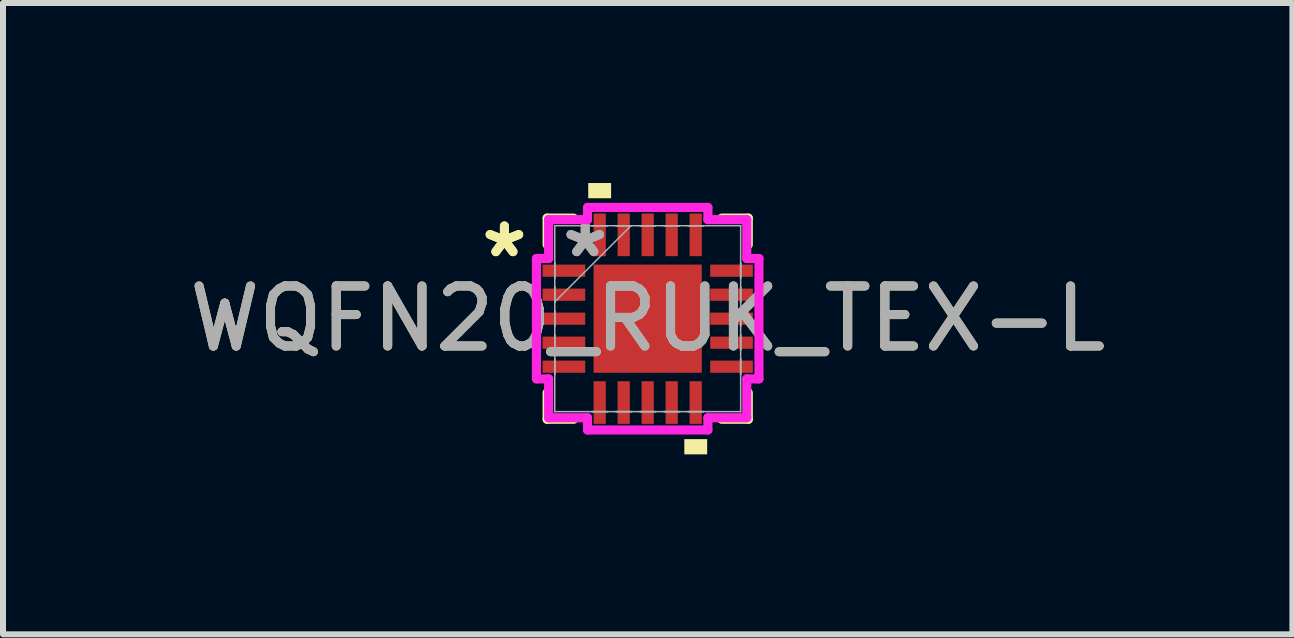
<source format=kicad_pcb>
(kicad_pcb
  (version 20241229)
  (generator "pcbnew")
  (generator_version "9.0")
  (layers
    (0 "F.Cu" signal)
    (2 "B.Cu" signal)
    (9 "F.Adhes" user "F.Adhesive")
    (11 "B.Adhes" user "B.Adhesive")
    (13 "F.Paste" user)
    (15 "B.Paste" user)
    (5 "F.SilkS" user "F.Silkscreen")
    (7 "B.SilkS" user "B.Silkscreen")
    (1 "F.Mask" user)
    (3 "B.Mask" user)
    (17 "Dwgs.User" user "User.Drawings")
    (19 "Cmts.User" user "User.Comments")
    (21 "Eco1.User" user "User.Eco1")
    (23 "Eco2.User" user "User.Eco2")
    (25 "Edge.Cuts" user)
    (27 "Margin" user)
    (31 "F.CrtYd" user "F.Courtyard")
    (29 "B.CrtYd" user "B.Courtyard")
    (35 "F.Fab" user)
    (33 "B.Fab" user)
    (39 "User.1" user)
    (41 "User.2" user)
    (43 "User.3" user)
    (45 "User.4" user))
  (footprint "WQFN20_RUK_TEX-L"
    (layer "F.Cu")
    (at 7.744 2.261)
    (property "Reference" "WQFN20_RUK_TEX-L" (at 0 0 0) (unlocked yes) (layer "F.SilkS") (effects (font (size 1 1) (thickness 0.15))))
    (attr smd)
    (fp_line (start -1.676 -1.676) (end -1.676 -1.234) (stroke (width 0.152) (type solid)) (layer "F.SilkS"))
    (fp_line (start -1.676 1.234) (end -1.676 1.676) (stroke (width 0.152) (type solid)) (layer "F.SilkS"))
    (fp_line (start -1.676 1.676) (end -1.234 1.676) (stroke (width 0.152) (type solid)) (layer "F.SilkS"))
    (fp_line (start -1.234 -1.676) (end -1.676 -1.676) (stroke (width 0.152) (type solid)) (layer "F.SilkS"))
    (fp_line (start 1.234 1.676) (end 1.676 1.676) (stroke (width 0.152) (type solid)) (layer "F.SilkS"))
    (fp_line (start 1.676 -1.676) (end 1.234 -1.676) (stroke (width 0.152) (type solid)) (layer "F.SilkS"))
    (fp_line (start 1.676 -1.234) (end 1.676 -1.676) (stroke (width 0.152) (type solid)) (layer "F.SilkS"))
    (fp_line (start 1.676 1.676) (end 1.676 1.234) (stroke (width 0.152) (type solid)) (layer "F.SilkS"))
    (fp_poly (pts (xy -0.991 -2.007) (xy -0.991 -2.261) (xy -0.61 -2.261) (xy -0.61 -2.007)) (stroke (width 0) (type solid)) (fill yes) (layer "F.SilkS"))
    (fp_poly (pts (xy 0.61 2.007) (xy 0.61 2.261) (xy 0.991 2.261) (xy 0.991 2.007)) (stroke (width 0) (type solid)) (fill yes) (layer "F.SilkS"))
    (fp_line (start -1.854 -1.003) (end -1.651 -1.003) (stroke (width 0.152) (type solid)) (layer "F.CrtYd"))
    (fp_line (start -1.854 1.003) (end -1.854 -1.003) (stroke (width 0.152) (type solid)) (layer "F.CrtYd"))
    (fp_line (start -1.651 -1.651) (end -1.003 -1.651) (stroke (width 0.152) (type solid)) (layer "F.CrtYd"))
    (fp_line (start -1.651 -1.003) (end -1.651 -1.651) (stroke (width 0.152) (type solid)) (layer "F.CrtYd"))
    (fp_line (start -1.651 1.003) (end -1.854 1.003) (stroke (width 0.152) (type solid)) (layer "F.CrtYd"))
    (fp_line (start -1.651 1.651) (end -1.651 1.003) (stroke (width 0.152) (type solid)) (layer "F.CrtYd"))
    (fp_line (start -1.003 -1.854) (end 1.003 -1.854) (stroke (width 0.152) (type solid)) (layer "F.CrtYd"))
    (fp_line (start -1.003 -1.651) (end -1.003 -1.854) (stroke (width 0.152) (type solid)) (layer "F.CrtYd"))
    (fp_line (start -1.003 1.651) (end -1.651 1.651) (stroke (width 0.152) (type solid)) (layer "F.CrtYd"))
    (fp_line (start -1.003 1.854) (end -1.003 1.651) (stroke (width 0.152) (type solid)) (layer "F.CrtYd"))
    (fp_line (start 1.003 -1.854) (end 1.003 -1.651) (stroke (width 0.152) (type solid)) (layer "F.CrtYd"))
    (fp_line (start 1.003 -1.651) (end 1.651 -1.651) (stroke (width 0.152) (type solid)) (layer "F.CrtYd"))
    (fp_line (start 1.003 1.651) (end 1.003 1.854) (stroke (width 0.152) (type solid)) (layer "F.CrtYd"))
    (fp_line (start 1.003 1.854) (end -1.003 1.854) (stroke (width 0.152) (type solid)) (layer "F.CrtYd"))
    (fp_line (start 1.651 -1.651) (end 1.651 -1.003) (stroke (width 0.152) (type solid)) (layer "F.CrtYd"))
    (fp_line (start 1.651 -1.003) (end 1.854 -1.003) (stroke (width 0.152) (type solid)) (layer "F.CrtYd"))
    (fp_line (start 1.651 1.003) (end 1.651 1.651) (stroke (width 0.152) (type solid)) (layer "F.CrtYd"))
    (fp_line (start 1.651 1.651) (end 1.003 1.651) (stroke (width 0.152) (type solid)) (layer "F.CrtYd"))
    (fp_line (start 1.854 -1.003) (end 1.854 1.003) (stroke (width 0.152) (type solid)) (layer "F.CrtYd"))
    (fp_line (start 1.854 1.003) (end 1.651 1.003) (stroke (width 0.152) (type solid)) (layer "F.CrtYd"))
    (fp_line (start -1.549 -1.549) (end -1.549 -1.549) (stroke (width 0.025) (type solid)) (layer "F.Fab"))
    (fp_line (start -1.549 -1.549) (end -1.549 1.549) (stroke (width 0.025) (type solid)) (layer "F.Fab"))
    (fp_line (start -1.549 -0.927) (end -1.549 -0.927) (stroke (width 0.025) (type solid)) (layer "F.Fab"))
    (fp_line (start -1.549 -0.927) (end -1.549 -0.673) (stroke (width 0.025) (type solid)) (layer "F.Fab"))
    (fp_line (start -1.549 -0.673) (end -1.549 -0.927) (stroke (width 0.025) (type solid)) (layer "F.Fab"))
    (fp_line (start -1.549 -0.673) (end -1.549 -0.673) (stroke (width 0.025) (type solid)) (layer "F.Fab"))
    (fp_line (start -1.549 -0.527) (end -1.549 -0.527) (stroke (width 0.025) (type solid)) (layer "F.Fab"))
    (fp_line (start -1.549 -0.527) (end -1.549 -0.273) (stroke (width 0.025) (type solid)) (layer "F.Fab"))
    (fp_line (start -1.549 -0.279) (end -0.279 -1.549) (stroke (width 0.025) (type solid)) (layer "F.Fab"))
    (fp_line (start -1.549 -0.273) (end -1.549 -0.527) (stroke (width 0.025) (type solid)) (layer "F.Fab"))
    (fp_line (start -1.549 -0.273) (end -1.549 -0.273) (stroke (width 0.025) (type solid)) (layer "F.Fab"))
    (fp_line (start -1.549 -0.127) (end -1.549 -0.127) (stroke (width 0.025) (type solid)) (layer "F.Fab"))
    (fp_line (start -1.549 -0.127) (end -1.549 0.127) (stroke (width 0.025) (type solid)) (layer "F.Fab"))
    (fp_line (start -1.549 0.127) (end -1.549 -0.127) (stroke (width 0.025) (type solid)) (layer "F.Fab"))
    (fp_line (start -1.549 0.127) (end -1.549 0.127) (stroke (width 0.025) (type solid)) (layer "F.Fab"))
    (fp_line (start -1.549 0.273) (end -1.549 0.273) (stroke (width 0.025) (type solid)) (layer "F.Fab"))
    (fp_line (start -1.549 0.273) (end -1.549 0.527) (stroke (width 0.025) (type solid)) (layer "F.Fab"))
    (fp_line (start -1.549 0.527) (end -1.549 0.273) (stroke (width 0.025) (type solid)) (layer "F.Fab"))
    (fp_line (start -1.549 0.527) (end -1.549 0.527) (stroke (width 0.025) (type solid)) (layer "F.Fab"))
    (fp_line (start -1.549 0.673) (end -1.549 0.673) (stroke (width 0.025) (type solid)) (layer "F.Fab"))
    (fp_line (start -1.549 0.673) (end -1.549 0.927) (stroke (width 0.025) (type solid)) (layer "F.Fab"))
    (fp_line (start -1.549 0.927) (end -1.549 0.673) (stroke (width 0.025) (type solid)) (layer "F.Fab"))
    (fp_line (start -1.549 0.927) (end -1.549 0.927) (stroke (width 0.025) (type solid)) (layer "F.Fab"))
    (fp_line (start -1.549 1.549) (end -1.549 1.549) (stroke (width 0.025) (type solid)) (layer "F.Fab"))
    (fp_line (start -1.549 1.549) (end 1.549 1.549) (stroke (width 0.025) (type solid)) (layer "F.Fab"))
    (fp_line (start -0.927 -1.549) (end -0.927 -1.549) (stroke (width 0.025) (type solid)) (layer "F.Fab"))
    (fp_line (start -0.927 -1.549) (end -0.673 -1.549) (stroke (width 0.025) (type solid)) (layer "F.Fab"))
    (fp_line (start -0.927 1.549) (end -0.927 1.549) (stroke (width 0.025) (type solid)) (layer "F.Fab"))
    (fp_line (start -0.927 1.549) (end -0.673 1.549) (stroke (width 0.025) (type solid)) (layer "F.Fab"))
    (fp_line (start -0.673 -1.549) (end -0.927 -1.549) (stroke (width 0.025) (type solid)) (layer "F.Fab"))
    (fp_line (start -0.673 -1.549) (end -0.673 -1.549) (stroke (width 0.025) (type solid)) (layer "F.Fab"))
    (fp_line (start -0.673 1.549) (end -0.927 1.549) (stroke (width 0.025) (type solid)) (layer "F.Fab"))
    (fp_line (start -0.673 1.549) (end -0.673 1.549) (stroke (width 0.025) (type solid)) (layer "F.Fab"))
    (fp_line (start -0.527 -1.549) (end -0.527 -1.549) (stroke (width 0.025) (type solid)) (layer "F.Fab"))
    (fp_line (start -0.527 -1.549) (end -0.273 -1.549) (stroke (width 0.025) (type solid)) (layer "F.Fab"))
    (fp_line (start -0.527 1.549) (end -0.527 1.549) (stroke (width 0.025) (type solid)) (layer "F.Fab"))
    (fp_line (start -0.527 1.549) (end -0.273 1.549) (stroke (width 0.025) (type solid)) (layer "F.Fab"))
    (fp_line (start -0.273 -1.549) (end -0.527 -1.549) (stroke (width 0.025) (type solid)) (layer "F.Fab"))
    (fp_line (start -0.273 -1.549) (end -0.273 -1.549) (stroke (width 0.025) (type solid)) (layer "F.Fab"))
    (fp_line (start -0.273 1.549) (end -0.527 1.549) (stroke (width 0.025) (type solid)) (layer "F.Fab"))
    (fp_line (start -0.273 1.549) (end -0.273 1.549) (stroke (width 0.025) (type solid)) (layer "F.Fab"))
    (fp_line (start -0.127 -1.549) (end -0.127 -1.549) (stroke (width 0.025) (type solid)) (layer "F.Fab"))
    (fp_line (start -0.127 -1.549) (end 0.127 -1.549) (stroke (width 0.025) (type solid)) (layer "F.Fab"))
    (fp_line (start -0.127 1.549) (end -0.127 1.549) (stroke (width 0.025) (type solid)) (layer "F.Fab"))
    (fp_line (start -0.127 1.549) (end 0.127 1.549) (stroke (width 0.025) (type solid)) (layer "F.Fab"))
    (fp_line (start 0.127 -1.549) (end -0.127 -1.549) (stroke (width 0.025) (type solid)) (layer "F.Fab"))
    (fp_line (start 0.127 -1.549) (end 0.127 -1.549) (stroke (width 0.025) (type solid)) (layer "F.Fab"))
    (fp_line (start 0.127 1.549) (end -0.127 1.549) (stroke (width 0.025) (type solid)) (layer "F.Fab"))
    (fp_line (start 0.127 1.549) (end 0.127 1.549) (stroke (width 0.025) (type solid)) (layer "F.Fab"))
    (fp_line (start 0.273 -1.549) (end 0.273 -1.549) (stroke (width 0.025) (type solid)) (layer "F.Fab"))
    (fp_line (start 0.273 -1.549) (end 0.527 -1.549) (stroke (width 0.025) (type solid)) (layer "F.Fab"))
    (fp_line (start 0.273 1.549) (end 0.273 1.549) (stroke (width 0.025) (type solid)) (layer "F.Fab"))
    (fp_line (start 0.273 1.549) (end 0.527 1.549) (stroke (width 0.025) (type solid)) (layer "F.Fab"))
    (fp_line (start 0.527 -1.549) (end 0.273 -1.549) (stroke (width 0.025) (type solid)) (layer "F.Fab"))
    (fp_line (start 0.527 -1.549) (end 0.527 -1.549) (stroke (width 0.025) (type solid)) (layer "F.Fab"))
    (fp_line (start 0.527 1.549) (end 0.273 1.549) (stroke (width 0.025) (type solid)) (layer "F.Fab"))
    (fp_line (start 0.527 1.549) (end 0.527 1.549) (stroke (width 0.025) (type solid)) (layer "F.Fab"))
    (fp_line (start 0.673 -1.549) (end 0.673 -1.549) (stroke (width 0.025) (type solid)) (layer "F.Fab"))
    (fp_line (start 0.673 -1.549) (end 0.927 -1.549) (stroke (width 0.025) (type solid)) (layer "F.Fab"))
    (fp_line (start 0.673 1.549) (end 0.673 1.549) (stroke (width 0.025) (type solid)) (layer "F.Fab"))
    (fp_line (start 0.673 1.549) (end 0.927 1.549) (stroke (width 0.025) (type solid)) (layer "F.Fab"))
    (fp_line (start 0.927 -1.549) (end 0.673 -1.549) (stroke (width 0.025) (type solid)) (layer "F.Fab"))
    (fp_line (start 0.927 -1.549) (end 0.927 -1.549) (stroke (width 0.025) (type solid)) (layer "F.Fab"))
    (fp_line (start 0.927 1.549) (end 0.673 1.549) (stroke (width 0.025) (type solid)) (layer "F.Fab"))
    (fp_line (start 0.927 1.549) (end 0.927 1.549) (stroke (width 0.025) (type solid)) (layer "F.Fab"))
    (fp_line (start 1.549 -1.549) (end -1.549 -1.549) (stroke (width 0.025) (type solid)) (layer "F.Fab"))
    (fp_line (start 1.549 -1.549) (end 1.549 -1.549) (stroke (width 0.025) (type solid)) (layer "F.Fab"))
    (fp_line (start 1.549 -0.927) (end 1.549 -0.927) (stroke (width 0.025) (type solid)) (layer "F.Fab"))
    (fp_line (start 1.549 -0.927) (end 1.549 -0.673) (stroke (width 0.025) (type solid)) (layer "F.Fab"))
    (fp_line (start 1.549 -0.673) (end 1.549 -0.927) (stroke (width 0.025) (type solid)) (layer "F.Fab"))
    (fp_line (start 1.549 -0.673) (end 1.549 -0.673) (stroke (width 0.025) (type solid)) (layer "F.Fab"))
    (fp_line (start 1.549 -0.527) (end 1.549 -0.527) (stroke (width 0.025) (type solid)) (layer "F.Fab"))
    (fp_line (start 1.549 -0.527) (end 1.549 -0.273) (stroke (width 0.025) (type solid)) (layer "F.Fab"))
    (fp_line (start 1.549 -0.273) (end 1.549 -0.527) (stroke (width 0.025) (type solid)) (layer "F.Fab"))
    (fp_line (start 1.549 -0.273) (end 1.549 -0.273) (stroke (width 0.025) (type solid)) (layer "F.Fab"))
    (fp_line (start 1.549 -0.127) (end 1.549 -0.127) (stroke (width 0.025) (type solid)) (layer "F.Fab"))
    (fp_line (start 1.549 -0.127) (end 1.549 0.127) (stroke (width 0.025) (type solid)) (layer "F.Fab"))
    (fp_line (start 1.549 0.127) (end 1.549 -0.127) (stroke (width 0.025) (type solid)) (layer "F.Fab"))
    (fp_line (start 1.549 0.127) (end 1.549 0.127) (stroke (width 0.025) (type solid)) (layer "F.Fab"))
    (fp_line (start 1.549 0.273) (end 1.549 0.273) (stroke (width 0.025) (type solid)) (layer "F.Fab"))
    (fp_line (start 1.549 0.273) (end 1.549 0.527) (stroke (width 0.025) (type solid)) (layer "F.Fab"))
    (fp_line (start 1.549 0.527) (end 1.549 0.273) (stroke (width 0.025) (type solid)) (layer "F.Fab"))
    (fp_line (start 1.549 0.527) (end 1.549 0.527) (stroke (width 0.025) (type solid)) (layer "F.Fab"))
    (fp_line (start 1.549 0.673) (end 1.549 0.673) (stroke (width 0.025) (type solid)) (layer "F.Fab"))
    (fp_line (start 1.549 0.673) (end 1.549 0.927) (stroke (width 0.025) (type solid)) (layer "F.Fab"))
    (fp_line (start 1.549 0.927) (end 1.549 0.673) (stroke (width 0.025) (type solid)) (layer "F.Fab"))
    (fp_line (start 1.549 0.927) (end 1.549 0.927) (stroke (width 0.025) (type solid)) (layer "F.Fab"))
    (fp_line (start 1.549 1.549) (end 1.549 -1.549) (stroke (width 0.025) (type solid)) (layer "F.Fab"))
    (fp_line (start 1.549 1.549) (end 1.549 1.549) (stroke (width 0.025) (type solid)) (layer "F.Fab"))
    (fp_text user "*" (at -2.388 -1 0) (unlocked yes) (layer "F.SilkS") (effects (font (size 1 1) (thickness 0.15))))
    (fp_text user "*" (at -2.388 -1 0) (layer "F.SilkS") (effects (font (size 1 1) (thickness 0.15))))
    (fp_text user "*" (at -1.041 -1 0) (unlocked yes) (layer "F.Fab") (effects (font (size 1 1) (thickness 0.15))))
    (fp_text user "${REFERENCE}" (at 0 0 0) (unlocked yes) (layer "F.Fab") (effects (font (size 1 1) (thickness 0.15))))
    (fp_text user "*" (at -1.041 -1 0) (layer "F.Fab") (effects (font (size 1 1) (thickness 0.15))))
    (pad "1" smd rect (at -1.397 -0.8 90) (size 0.203 0.711) (layers "F.Cu" "F.Mask" "F.Paste"))
    (pad "2" smd rect (at -1.397 -0.4 90) (size 0.203 0.711) (layers "F.Cu" "F.Mask" "F.Paste"))
    (pad "3" smd rect (at -1.397 0 90) (size 0.203 0.711) (layers "F.Cu" "F.Mask" "F.Paste"))
    (pad "4" smd rect (at -1.397 0.4 90) (size 0.203 0.711) (layers "F.Cu" "F.Mask" "F.Paste"))
    (pad "5" smd rect (at -1.397 0.8 90) (size 0.203 0.711) (layers "F.Cu" "F.Mask" "F.Paste"))
    (pad "6" smd rect (at -0.8 1.397) (size 0.203 0.711) (layers "F.Cu" "F.Mask" "F.Paste"))
    (pad "7" smd rect (at -0.4 1.397) (size 0.203 0.711) (layers "F.Cu" "F.Mask" "F.Paste"))
    (pad "8" smd rect (at 0 1.397) (size 0.203 0.711) (layers "F.Cu" "F.Mask" "F.Paste"))
    (pad "9" smd rect (at 0.4 1.397) (size 0.203 0.711) (layers "F.Cu" "F.Mask" "F.Paste"))
    (pad "10" smd rect (at 0.8 1.397) (size 0.203 0.711) (layers "F.Cu" "F.Mask" "F.Paste"))
    (pad "11" smd rect (at 1.397 0.8 90) (size 0.203 0.711) (layers "F.Cu" "F.Mask" "F.Paste"))
    (pad "12" smd rect (at 1.397 0.4 90) (size 0.203 0.711) (layers "F.Cu" "F.Mask" "F.Paste"))
    (pad "13" smd rect (at 1.397 0 90) (size 0.203 0.711) (layers "F.Cu" "F.Mask" "F.Paste"))
    (pad "14" smd rect (at 1.397 -0.4 90) (size 0.203 0.711) (layers "F.Cu" "F.Mask" "F.Paste"))
    (pad "15" smd rect (at 1.397 -0.8 90) (size 0.203 0.711) (layers "F.Cu" "F.Mask" "F.Paste"))
    (pad "16" smd rect (at 0.8 -1.397) (size 0.203 0.711) (layers "F.Cu" "F.Mask" "F.Paste"))
    (pad "17" smd rect (at 0.4 -1.397) (size 0.203 0.711) (layers "F.Cu" "F.Mask" "F.Paste"))
    (pad "18" smd rect (at 0 -1.397) (size 0.203 0.711) (layers "F.Cu" "F.Mask" "F.Paste"))
    (pad "19" smd rect (at -0.4 -1.397) (size 0.203 0.711) (layers "F.Cu" "F.Mask" "F.Paste"))
    (pad "20" smd rect (at -0.8 -1.397) (size 0.203 0.711) (layers "F.Cu" "F.Mask" "F.Paste"))
    (pad "21" smd rect (at 0 0) (size 1.803 1.803) (layers "F.Cu" "F.Mask" "F.Paste")))
  (gr_rect
    (start -3 -3)
    (end 18.488 7.521)
    (stroke (width 0.1) (type default))
    (fill no)
    (layer "Edge.Cuts")))
</source>
